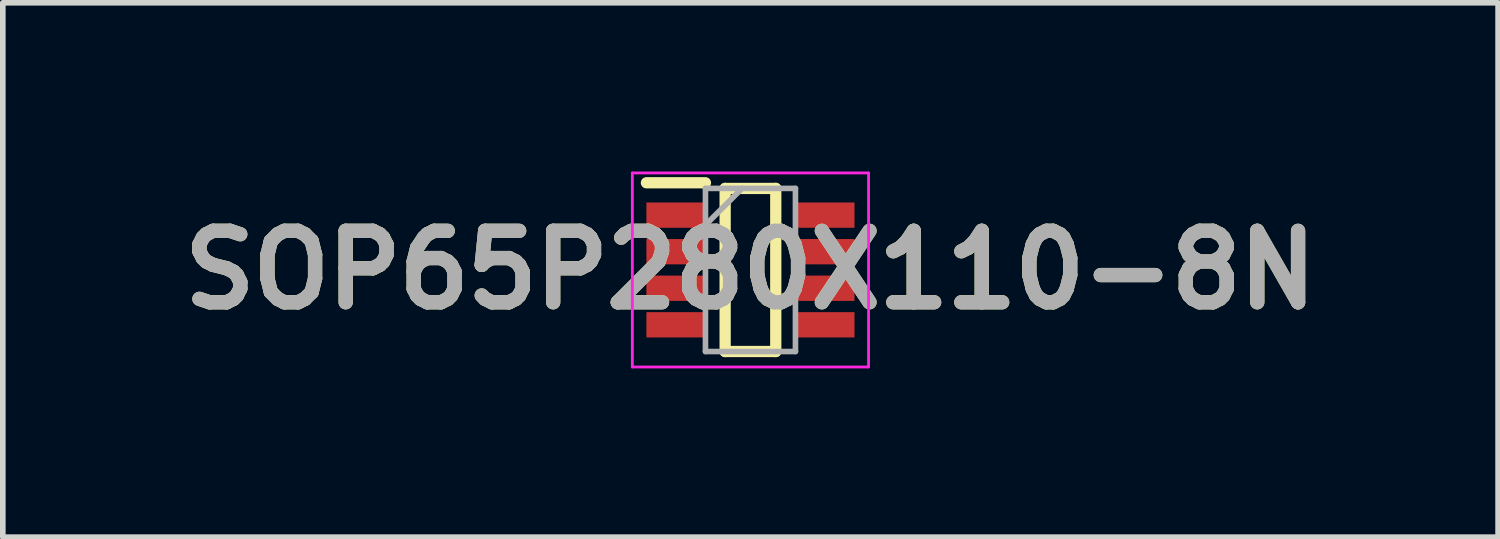
<source format=kicad_pcb>
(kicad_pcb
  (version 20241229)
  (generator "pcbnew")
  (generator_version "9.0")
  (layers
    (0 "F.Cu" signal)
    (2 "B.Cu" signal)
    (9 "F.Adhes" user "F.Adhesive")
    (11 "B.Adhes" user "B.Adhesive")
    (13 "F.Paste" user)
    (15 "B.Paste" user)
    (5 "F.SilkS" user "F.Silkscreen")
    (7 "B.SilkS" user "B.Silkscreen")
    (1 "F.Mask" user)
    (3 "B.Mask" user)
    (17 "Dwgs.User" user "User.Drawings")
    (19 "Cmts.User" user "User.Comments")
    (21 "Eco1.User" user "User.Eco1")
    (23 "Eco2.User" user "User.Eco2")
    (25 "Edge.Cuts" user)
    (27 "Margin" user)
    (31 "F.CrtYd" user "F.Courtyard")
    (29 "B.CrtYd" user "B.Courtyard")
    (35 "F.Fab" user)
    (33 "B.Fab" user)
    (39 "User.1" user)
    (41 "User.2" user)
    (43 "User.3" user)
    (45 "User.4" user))
  (footprint "SOP65P280X110-8N"
    (layer "F.Cu")
    (at 10.293 1.75)
    (property "Reference" "SOP65P280X110-8N" (at 0 0 0) (layer "F.SilkS") (effects (font (size 1.27 1.27) (thickness 0.254))))
    (attr smd)
    (fp_line (start -1.85 -1.55) (end -0.8 -1.55) (stroke (width 0.2) (type solid)) (layer "F.SilkS"))
    (fp_line (start -0.45 -1.45) (end 0.45 -1.45) (stroke (width 0.2) (type solid)) (layer "F.SilkS"))
    (fp_line (start -0.45 1.45) (end -0.45 -1.45) (stroke (width 0.2) (type solid)) (layer "F.SilkS"))
    (fp_line (start 0.45 -1.45) (end 0.45 1.45) (stroke (width 0.2) (type solid)) (layer "F.SilkS"))
    (fp_line (start 0.45 1.45) (end -0.45 1.45) (stroke (width 0.2) (type solid)) (layer "F.SilkS"))
    (fp_line (start -2.1 -1.725) (end 2.1 -1.725) (stroke (width 0.05) (type solid)) (layer "F.CrtYd"))
    (fp_line (start -2.1 1.725) (end -2.1 -1.725) (stroke (width 0.05) (type solid)) (layer "F.CrtYd"))
    (fp_line (start 2.1 -1.725) (end 2.1 1.725) (stroke (width 0.05) (type solid)) (layer "F.CrtYd"))
    (fp_line (start 2.1 1.725) (end -2.1 1.725) (stroke (width 0.05) (type solid)) (layer "F.CrtYd"))
    (fp_line (start -0.8 -1.45) (end 0.8 -1.45) (stroke (width 0.1) (type solid)) (layer "F.Fab"))
    (fp_line (start -0.8 -0.8) (end -0.15 -1.45) (stroke (width 0.1) (type solid)) (layer "F.Fab"))
    (fp_line (start -0.8 1.45) (end -0.8 -1.45) (stroke (width 0.1) (type solid)) (layer "F.Fab"))
    (fp_line (start 0.8 -1.45) (end 0.8 1.45) (stroke (width 0.1) (type solid)) (layer "F.Fab"))
    (fp_line (start 0.8 1.45) (end -0.8 1.45) (stroke (width 0.1) (type solid)) (layer "F.Fab"))
    (fp_text user "${REFERENCE}" (at 0 0 0) (layer "F.Fab") (effects (font (size 1.27 1.27) (thickness 0.254))))
    (pad "1" smd rect (at -1.325 -0.975 90) (size 0.45 1.05) (layers "F.Cu" "F.Mask" "F.Paste"))
    (pad "2" smd rect (at -1.325 -0.325 90) (size 0.45 1.05) (layers "F.Cu" "F.Mask" "F.Paste"))
    (pad "3" smd rect (at -1.325 0.325 90) (size 0.45 1.05) (layers "F.Cu" "F.Mask" "F.Paste"))
    (pad "4" smd rect (at -1.325 0.975 90) (size 0.45 1.05) (layers "F.Cu" "F.Mask" "F.Paste"))
    (pad "5" smd rect (at 1.325 0.975 90) (size 0.45 1.05) (layers "F.Cu" "F.Mask" "F.Paste"))
    (pad "6" smd rect (at 1.325 0.325 90) (size 0.45 1.05) (layers "F.Cu" "F.Mask" "F.Paste"))
    (pad "7" smd rect (at 1.325 -0.325 90) (size 0.45 1.05) (layers "F.Cu" "F.Mask" "F.Paste"))
    (pad "8" smd rect (at 1.325 -0.975 90) (size 0.45 1.05) (layers "F.Cu" "F.Mask" "F.Paste")))
  (gr_rect
    (start -3 -3)
    (end 23.586 6.5)
    (stroke (width 0.1) (type default))
    (fill no)
    (layer "Edge.Cuts")))
</source>
